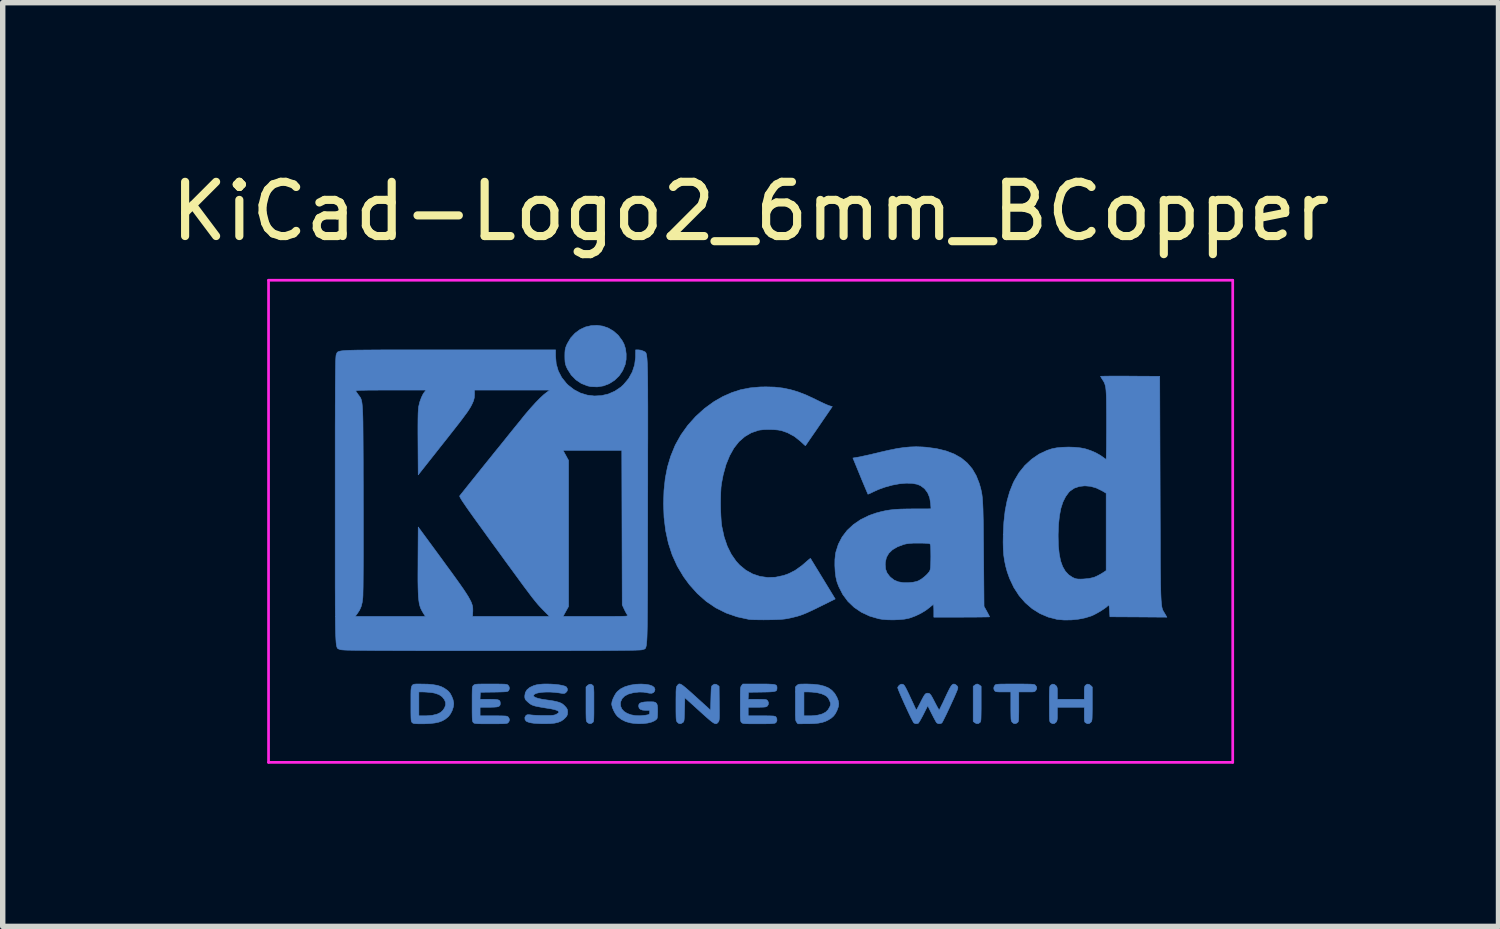
<source format=kicad_pcb>
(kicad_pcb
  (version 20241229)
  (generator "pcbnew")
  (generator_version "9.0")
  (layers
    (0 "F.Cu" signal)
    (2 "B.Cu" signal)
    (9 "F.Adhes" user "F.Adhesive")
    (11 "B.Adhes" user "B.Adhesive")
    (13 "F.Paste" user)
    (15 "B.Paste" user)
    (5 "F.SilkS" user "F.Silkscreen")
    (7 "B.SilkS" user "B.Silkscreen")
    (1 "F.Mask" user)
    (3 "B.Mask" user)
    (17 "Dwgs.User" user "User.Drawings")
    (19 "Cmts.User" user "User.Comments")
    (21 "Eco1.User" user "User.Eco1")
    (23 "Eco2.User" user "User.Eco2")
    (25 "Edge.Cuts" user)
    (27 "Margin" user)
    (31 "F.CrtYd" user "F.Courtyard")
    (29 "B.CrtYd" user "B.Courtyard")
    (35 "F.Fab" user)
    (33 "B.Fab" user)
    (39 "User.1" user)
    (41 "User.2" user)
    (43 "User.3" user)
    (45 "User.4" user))
  (footprint "KiCad-Logo2_6mm_BCopper"
    (layer "F.Cu")
    (at 10.792 5.928)
    (property "Reference" "KiCad-Logo2_6mm_BCopper" (at 0 -5.08 0) (layer "F.SilkS") (effects (font (size 1 1) (thickness 0.15))))
    (attr exclude_from_pos_files exclude_from_bom)
    (fp_poly (pts (xy 4.2 3.642) (xy 4.224 3.657) (xy 4.251 3.678) (xy 4.251 4) (xy 4.251 4.094) (xy 4.25 4.168) (xy 4.249 4.225) (xy 4.248 4.267) (xy 4.246 4.297) (xy 4.243 4.317) (xy 4.239 4.331) (xy 4.233 4.341) (xy 4.229 4.345) (xy 4.198 4.366) (xy 4.162 4.365) (xy 4.131 4.347) (xy 4.104 4.326) (xy 4.104 3.678) (xy 4.131 3.657) (xy 4.156 3.641) (xy 4.177 3.635) (xy 4.2 3.642)) (stroke (width 0.01) (type solid)) (fill yes) (layer "B.Cu"))
    (fp_poly (pts (xy -2.912 3.658) (xy -2.906 3.665) (xy -2.9 3.675) (xy -2.896 3.69) (xy -2.894 3.712) (xy -2.892 3.744) (xy -2.89 3.789) (xy -2.89 3.849) (xy -2.89 3.926) (xy -2.89 4.002) (xy -2.89 4.096) (xy -2.89 4.17) (xy -2.891 4.226) (xy -2.892 4.268) (xy -2.894 4.298) (xy -2.897 4.318) (xy -2.901 4.332) (xy -2.907 4.341) (xy -2.912 4.346) (xy -2.945 4.366) (xy -2.98 4.364) (xy -3.012 4.343) (xy -3.019 4.335) (xy -3.025 4.325) (xy -3.029 4.311) (xy -3.032 4.291) (xy -3.034 4.261) (xy -3.035 4.219) (xy -3.036 4.162) (xy -3.036 4.088) (xy -3.036 4.004) (xy -3.036 3.691) (xy -3.009 3.663) (xy -2.974 3.64) (xy -2.941 3.639) (xy -2.912 3.658)) (stroke (width 0.01) (type solid)) (fill yes) (layer "B.Cu"))
    (fp_poly (pts (xy -2.726 -2.964) (xy -2.623 -2.928) (xy -2.527 -2.871) (xy -2.441 -2.795) (xy -2.369 -2.697) (xy -2.336 -2.636) (xy -2.308 -2.55) (xy -2.295 -2.451) (xy -2.296 -2.35) (xy -2.313 -2.257) (xy -2.359 -2.145) (xy -2.425 -2.047) (xy -2.509 -1.966) (xy -2.606 -1.904) (xy -2.714 -1.862) (xy -2.829 -1.844) (xy -2.948 -1.849) (xy -3.007 -1.862) (xy -3.121 -1.906) (xy -3.222 -1.974) (xy -3.309 -2.063) (xy -3.377 -2.171) (xy -3.383 -2.183) (xy -3.403 -2.227) (xy -3.415 -2.265) (xy -3.422 -2.304) (xy -3.425 -2.355) (xy -3.426 -2.41) (xy -3.425 -2.476) (xy -3.421 -2.523) (xy -3.413 -2.562) (xy -3.399 -2.6) (xy -3.382 -2.639) (xy -3.318 -2.747) (xy -3.238 -2.834) (xy -3.147 -2.901) (xy -3.047 -2.948) (xy -2.941 -2.973) (xy -2.833 -2.979) (xy -2.726 -2.964)) (stroke (width 0.01) (type solid)) (fill yes) (layer "B.Cu"))
    (fp_poly (pts (xy 4.975 3.635) (xy 5.053 3.636) (xy 5.115 3.637) (xy 5.161 3.638) (xy 5.194 3.64) (xy 5.217 3.643) (xy 5.232 3.646) (xy 5.243 3.651) (xy 5.248 3.655) (xy 5.273 3.688) (xy 5.276 3.721) (xy 5.26 3.752) (xy 5.25 3.764) (xy 5.239 3.773) (xy 5.223 3.778) (xy 5.197 3.781) (xy 5.159 3.782) (xy 5.102 3.782) (xy 5.091 3.782) (xy 4.945 3.782) (xy 4.945 4.053) (xy 4.945 4.138) (xy 4.944 4.204) (xy 4.943 4.253) (xy 4.942 4.288) (xy 4.939 4.312) (xy 4.935 4.328) (xy 4.929 4.338) (xy 4.922 4.346) (xy 4.889 4.366) (xy 4.855 4.365) (xy 4.824 4.342) (xy 4.822 4.339) (xy 4.814 4.329) (xy 4.808 4.316) (xy 4.804 4.299) (xy 4.801 4.274) (xy 4.8 4.238) (xy 4.799 4.188) (xy 4.798 4.122) (xy 4.798 4.046) (xy 4.798 3.782) (xy 4.659 3.782) (xy 4.599 3.782) (xy 4.558 3.78) (xy 4.53 3.777) (xy 4.513 3.771) (xy 4.502 3.763) (xy 4.501 3.761) (xy 4.484 3.728) (xy 4.486 3.691) (xy 4.505 3.658) (xy 4.512 3.651) (xy 4.521 3.646) (xy 4.535 3.643) (xy 4.556 3.64) (xy 4.587 3.638) (xy 4.63 3.636) (xy 4.687 3.636) (xy 4.762 3.635) (xy 4.856 3.635) (xy 4.876 3.635) (xy 4.975 3.635)) (stroke (width 0.01) (type solid)) (fill yes) (layer "B.Cu"))
    (fp_poly (pts (xy 6.241 3.641) (xy 6.272 3.663) (xy 6.3 3.691) (xy 6.3 4) (xy 6.3 4.092) (xy 6.299 4.164) (xy 6.298 4.219) (xy 6.297 4.26) (xy 6.295 4.289) (xy 6.291 4.309) (xy 6.287 4.323) (xy 6.281 4.333) (xy 6.276 4.339) (xy 6.245 4.364) (xy 6.21 4.367) (xy 6.178 4.351) (xy 6.167 4.343) (xy 6.16 4.331) (xy 6.156 4.312) (xy 6.154 4.281) (xy 6.153 4.235) (xy 6.153 4.199) (xy 6.153 4.064) (xy 5.656 4.064) (xy 5.656 4.187) (xy 5.656 4.243) (xy 5.654 4.282) (xy 5.649 4.308) (xy 5.642 4.326) (xy 5.633 4.339) (xy 5.602 4.364) (xy 5.567 4.367) (xy 5.533 4.349) (xy 5.524 4.34) (xy 5.518 4.328) (xy 5.514 4.309) (xy 5.511 4.28) (xy 5.51 4.236) (xy 5.509 4.174) (xy 5.509 4.16) (xy 5.509 4.044) (xy 5.508 3.948) (xy 5.508 3.87) (xy 5.509 3.809) (xy 5.51 3.762) (xy 5.512 3.727) (xy 5.514 3.701) (xy 5.517 3.684) (xy 5.521 3.672) (xy 5.526 3.664) (xy 5.532 3.658) (xy 5.564 3.638) (xy 5.597 3.641) (xy 5.628 3.663) (xy 5.641 3.677) (xy 5.649 3.693) (xy 5.654 3.716) (xy 5.656 3.75) (xy 5.656 3.802) (xy 5.656 3.917) (xy 6.153 3.917) (xy 6.153 3.799) (xy 6.153 3.744) (xy 6.155 3.707) (xy 6.16 3.683) (xy 6.167 3.668) (xy 6.175 3.658) (xy 6.207 3.638) (xy 6.241 3.641)) (stroke (width 0.01) (type solid)) (fill yes) (layer "B.Cu"))
    (fp_poly (pts (xy 1.03 3.635) (xy 1.159 3.64) (xy 1.269 3.653) (xy 1.361 3.676) (xy 1.438 3.709) (xy 1.5 3.754) (xy 1.551 3.81) (xy 1.591 3.88) (xy 1.592 3.882) (xy 1.616 3.944) (xy 1.625 3.999) (xy 1.618 4.054) (xy 1.595 4.117) (xy 1.591 4.127) (xy 1.562 4.183) (xy 1.529 4.227) (xy 1.487 4.264) (xy 1.429 4.3) (xy 1.426 4.302) (xy 1.375 4.326) (xy 1.318 4.344) (xy 1.251 4.357) (xy 1.17 4.365) (xy 1.072 4.368) (xy 1.037 4.368) (xy 0.871 4.369) (xy 0.848 4.339) (xy 0.841 4.33) (xy 0.836 4.318) (xy 0.831 4.302) (xy 0.829 4.279) (xy 0.827 4.247) (xy 0.826 4.222) (xy 0.983 4.222) (xy 1.076 4.222) (xy 1.131 4.221) (xy 1.188 4.216) (xy 1.234 4.21) (xy 1.237 4.21) (xy 1.319 4.188) (xy 1.383 4.155) (xy 1.43 4.109) (xy 1.463 4.049) (xy 1.469 4.033) (xy 1.474 4.009) (xy 1.472 3.984) (xy 1.46 3.952) (xy 1.453 3.936) (xy 1.43 3.893) (xy 1.402 3.863) (xy 1.371 3.843) (xy 1.309 3.816) (xy 1.229 3.796) (xy 1.137 3.785) (xy 1.07 3.782) (xy 0.983 3.782) (xy 0.983 4.222) (xy 0.826 4.222) (xy 0.825 4.201) (xy 0.825 4.141) (xy 0.825 4.062) (xy 0.825 4) (xy 0.825 3.691) (xy 0.852 3.663) (xy 0.865 3.652) (xy 0.878 3.644) (xy 0.896 3.639) (xy 0.924 3.637) (xy 0.966 3.636) (xy 1.026 3.635) (xy 1.03 3.635)) (stroke (width 0.01) (type solid)) (fill yes) (layer "B.Cu"))
    (fp_poly (pts (xy -6.11 3.635) (xy -6.07 3.636) (xy -5.954 3.638) (xy -5.858 3.647) (xy -5.776 3.661) (xy -5.707 3.683) (xy -5.647 3.714) (xy -5.592 3.753) (xy -5.572 3.77) (xy -5.54 3.81) (xy -5.511 3.864) (xy -5.488 3.924) (xy -5.476 3.981) (xy -5.475 4.002) (xy -5.483 4.061) (xy -5.504 4.125) (xy -5.535 4.186) (xy -5.572 4.235) (xy -5.578 4.24) (xy -5.629 4.282) (xy -5.684 4.314) (xy -5.748 4.338) (xy -5.823 4.354) (xy -5.912 4.364) (xy -6.019 4.369) (xy -6.068 4.369) (xy -6.13 4.369) (xy -6.174 4.367) (xy -6.203 4.365) (xy -6.222 4.36) (xy -6.235 4.353) (xy -6.242 4.346) (xy -6.249 4.339) (xy -6.254 4.329) (xy -6.258 4.315) (xy -6.261 4.293) (xy -6.263 4.26) (xy -6.264 4.216) (xy -6.265 4.156) (xy -6.265 4.078) (xy -6.265 4.002) (xy -6.265 3.901) (xy -6.265 3.821) (xy -6.264 3.782) (xy -6.118 3.782) (xy -6.118 4.222) (xy -6.025 4.222) (xy -5.969 4.221) (xy -5.91 4.216) (xy -5.861 4.211) (xy -5.86 4.21) (xy -5.781 4.191) (xy -5.719 4.161) (xy -5.673 4.119) (xy -5.643 4.073) (xy -5.625 4.022) (xy -5.626 3.974) (xy -5.647 3.923) (xy -5.689 3.87) (xy -5.746 3.831) (xy -5.821 3.805) (xy -5.871 3.795) (xy -5.928 3.789) (xy -5.988 3.784) (xy -6.039 3.782) (xy -6.042 3.782) (xy -6.118 3.782) (xy -6.264 3.782) (xy -6.264 3.758) (xy -6.259 3.711) (xy -6.251 3.678) (xy -6.238 3.656) (xy -6.218 3.643) (xy -6.191 3.637) (xy -6.155 3.635) (xy -6.11 3.635)) (stroke (width 0.01) (type solid)) (fill yes) (layer "B.Cu"))
    (fp_poly (pts (xy -1.288 3.64) (xy -1.265 3.653) (xy -1.234 3.676) (xy -1.194 3.709) (xy -1.144 3.752) (xy -1.082 3.807) (xy -1.006 3.876) (xy -0.92 3.954) (xy -0.739 4.118) (xy -0.733 3.898) (xy -0.731 3.823) (xy -0.729 3.766) (xy -0.727 3.726) (xy -0.724 3.698) (xy -0.72 3.681) (xy -0.714 3.669) (xy -0.705 3.66) (xy -0.701 3.657) (xy -0.667 3.638) (xy -0.634 3.641) (xy -0.608 3.657) (xy -0.581 3.678) (xy -0.578 3.993) (xy -0.577 4.086) (xy -0.576 4.159) (xy -0.576 4.214) (xy -0.577 4.256) (xy -0.579 4.285) (xy -0.582 4.305) (xy -0.586 4.32) (xy -0.592 4.33) (xy -0.598 4.339) (xy -0.612 4.354) (xy -0.625 4.365) (xy -0.64 4.369) (xy -0.659 4.365) (xy -0.684 4.353) (xy -0.716 4.331) (xy -0.757 4.298) (xy -0.809 4.253) (xy -0.874 4.195) (xy -0.948 4.128) (xy -1.213 3.888) (xy -1.219 4.107) (xy -1.221 4.182) (xy -1.223 4.239) (xy -1.225 4.279) (xy -1.228 4.306) (xy -1.233 4.324) (xy -1.239 4.335) (xy -1.247 4.344) (xy -1.251 4.347) (xy -1.288 4.367) (xy -1.323 4.364) (xy -1.353 4.339) (xy -1.36 4.329) (xy -1.366 4.318) (xy -1.37 4.302) (xy -1.373 4.279) (xy -1.375 4.246) (xy -1.376 4.201) (xy -1.377 4.14) (xy -1.377 4.061) (xy -1.377 4.002) (xy -1.377 3.911) (xy -1.376 3.839) (xy -1.376 3.784) (xy -1.374 3.744) (xy -1.372 3.715) (xy -1.368 3.695) (xy -1.364 3.681) (xy -1.358 3.671) (xy -1.353 3.665) (xy -1.342 3.651) (xy -1.332 3.64) (xy -1.32 3.634) (xy -1.306 3.634) (xy -1.288 3.64)) (stroke (width 0.01) (type solid)) (fill yes) (layer "B.Cu"))
    (fp_poly (pts (xy -1.938 3.641) (xy -1.87 3.652) (xy -1.817 3.67) (xy -1.783 3.694) (xy -1.774 3.707) (xy -1.764 3.738) (xy -1.771 3.767) (xy -1.791 3.793) (xy -1.822 3.806) (xy -1.867 3.805) (xy -1.903 3.798) (xy -1.981 3.785) (xy -2.061 3.784) (xy -2.15 3.794) (xy -2.175 3.799) (xy -2.258 3.822) (xy -2.323 3.857) (xy -2.369 3.903) (xy -2.395 3.959) (xy -2.401 3.988) (xy -2.397 4.046) (xy -2.374 4.098) (xy -2.333 4.142) (xy -2.277 4.177) (xy -2.207 4.203) (xy -2.126 4.218) (xy -2.036 4.221) (xy -1.939 4.211) (xy -1.934 4.21) (xy -1.895 4.203) (xy -1.874 4.196) (xy -1.865 4.185) (xy -1.862 4.168) (xy -1.862 4.159) (xy -1.862 4.121) (xy -1.931 4.121) (xy -1.991 4.117) (xy -2.032 4.103) (xy -2.056 4.08) (xy -2.065 4.045) (xy -2.065 4.041) (xy -2.06 4.011) (xy -2.043 3.99) (xy -2.01 3.976) (xy -1.96 3.967) (xy -1.911 3.964) (xy -1.841 3.963) (xy -1.789 3.965) (xy -1.755 3.975) (xy -1.733 3.995) (xy -1.721 4.027) (xy -1.716 4.074) (xy -1.715 4.136) (xy -1.717 4.206) (xy -1.721 4.253) (xy -1.728 4.278) (xy -1.73 4.28) (xy -1.769 4.312) (xy -1.826 4.337) (xy -1.897 4.355) (xy -1.98 4.365) (xy -2.069 4.367) (xy -2.163 4.36) (xy -2.218 4.352) (xy -2.304 4.328) (xy -2.384 4.288) (xy -2.451 4.236) (xy -2.461 4.226) (xy -2.495 4.182) (xy -2.524 4.128) (xy -2.548 4.072) (xy -2.561 4.02) (xy -2.562 4.001) (xy -2.556 3.96) (xy -2.538 3.908) (xy -2.513 3.855) (xy -2.483 3.805) (xy -2.457 3.773) (xy -2.396 3.724) (xy -2.317 3.685) (xy -2.223 3.657) (xy -2.117 3.64) (xy -2.02 3.636) (xy -1.938 3.641)) (stroke (width 0.01) (type solid)) (fill yes) (layer "B.Cu"))
    (fp_poly (pts (xy 0.242 3.635) (xy 0.318 3.636) (xy 0.377 3.639) (xy 0.42 3.642) (xy 0.45 3.648) (xy 0.469 3.657) (xy 0.48 3.669) (xy 0.485 3.685) (xy 0.486 3.705) (xy 0.486 3.708) (xy 0.485 3.73) (xy 0.48 3.748) (xy 0.469 3.761) (xy 0.449 3.77) (xy 0.418 3.776) (xy 0.372 3.78) (xy 0.31 3.783) (xy 0.228 3.784) (xy 0.203 3.785) (xy -0.039 3.788) (xy -0.042 3.853) (xy -0.046 3.917) (xy 0.122 3.917) (xy 0.188 3.918) (xy 0.235 3.919) (xy 0.267 3.921) (xy 0.287 3.925) (xy 0.301 3.931) (xy 0.31 3.94) (xy 0.311 3.94) (xy 0.328 3.973) (xy 0.327 4.01) (xy 0.309 4.041) (xy 0.305 4.044) (xy 0.292 4.052) (xy 0.275 4.058) (xy 0.248 4.061) (xy 0.209 4.063) (xy 0.153 4.064) (xy 0.118 4.064) (xy -0.045 4.064) (xy -0.045 4.222) (xy 0.202 4.222) (xy 0.283 4.222) (xy 0.345 4.223) (xy 0.39 4.224) (xy 0.422 4.226) (xy 0.443 4.23) (xy 0.456 4.234) (xy 0.465 4.241) (xy 0.467 4.243) (xy 0.483 4.274) (xy 0.485 4.31) (xy 0.471 4.341) (xy 0.461 4.351) (xy 0.45 4.357) (xy 0.433 4.361) (xy 0.407 4.364) (xy 0.37 4.367) (xy 0.319 4.368) (xy 0.252 4.369) (xy 0.165 4.369) (xy 0.145 4.369) (xy 0.057 4.369) (xy -0.012 4.369) (xy -0.064 4.368) (xy -0.101 4.366) (xy -0.127 4.364) (xy -0.144 4.36) (xy -0.156 4.355) (xy -0.164 4.349) (xy -0.168 4.344) (xy -0.175 4.336) (xy -0.181 4.326) (xy -0.185 4.311) (xy -0.187 4.289) (xy -0.189 4.257) (xy -0.191 4.212) (xy -0.191 4.151) (xy -0.191 4.073) (xy -0.191 4.007) (xy -0.191 3.915) (xy -0.191 3.842) (xy -0.19 3.787) (xy -0.189 3.746) (xy -0.187 3.717) (xy -0.183 3.696) (xy -0.179 3.682) (xy -0.173 3.672) (xy -0.168 3.665) (xy -0.145 3.635) (xy 0.145 3.635) (xy 0.242 3.635)) (stroke (width 0.01) (type solid)) (fill yes) (layer "B.Cu"))
    (fp_poly (pts (xy -4.701 3.635) (xy -4.632 3.636) (xy -4.579 3.637) (xy -4.541 3.638) (xy -4.514 3.641) (xy -4.496 3.644) (xy -4.484 3.649) (xy -4.475 3.655) (xy -4.472 3.658) (xy -4.452 3.689) (xy -4.449 3.725) (xy -4.462 3.757) (xy -4.468 3.763) (xy -4.478 3.769) (xy -4.493 3.774) (xy -4.518 3.778) (xy -4.554 3.78) (xy -4.605 3.782) (xy -4.673 3.784) (xy -4.736 3.785) (xy -4.984 3.788) (xy -4.987 3.853) (xy -4.99 3.917) (xy -4.822 3.917) (xy -4.749 3.918) (xy -4.696 3.921) (xy -4.659 3.927) (xy -4.636 3.936) (xy -4.623 3.952) (xy -4.618 3.974) (xy -4.617 3.994) (xy -4.619 4.019) (xy -4.629 4.037) (xy -4.648 4.05) (xy -4.679 4.058) (xy -4.727 4.062) (xy -4.792 4.064) (xy -4.828 4.064) (xy -4.989 4.064) (xy -4.989 4.222) (xy -4.741 4.222) (xy -4.66 4.222) (xy -4.598 4.223) (xy -4.552 4.224) (xy -4.52 4.226) (xy -4.499 4.229) (xy -4.485 4.234) (xy -4.475 4.24) (xy -4.47 4.245) (xy -4.453 4.272) (xy -4.447 4.296) (xy -4.455 4.325) (xy -4.47 4.346) (xy -4.478 4.353) (xy -4.488 4.359) (xy -4.503 4.362) (xy -4.526 4.365) (xy -4.559 4.367) (xy -4.606 4.368) (xy -4.668 4.369) (xy -4.75 4.369) (xy -4.792 4.369) (xy -4.882 4.369) (xy -4.952 4.369) (xy -5.005 4.368) (xy -5.044 4.366) (xy -5.071 4.364) (xy -5.09 4.36) (xy -5.102 4.356) (xy -5.11 4.35) (xy -5.113 4.346) (xy -5.12 4.339) (xy -5.125 4.329) (xy -5.129 4.314) (xy -5.132 4.292) (xy -5.134 4.26) (xy -5.135 4.215) (xy -5.136 4.155) (xy -5.136 4.077) (xy -5.136 4.004) (xy -5.136 3.911) (xy -5.136 3.838) (xy -5.135 3.782) (xy -5.134 3.74) (xy -5.132 3.711) (xy -5.129 3.691) (xy -5.125 3.678) (xy -5.119 3.669) (xy -5.112 3.661) (xy -5.11 3.66) (xy -5.101 3.652) (xy -5.091 3.647) (xy -5.077 3.642) (xy -5.056 3.639) (xy -5.025 3.637) (xy -4.981 3.636) (xy -4.922 3.635) (xy -4.845 3.635) (xy -4.79 3.635) (xy -4.701 3.635)) (stroke (width 0.01) (type solid)) (fill yes) (layer "B.Cu"))
    (fp_poly (pts (xy 3.756 3.637) (xy 3.776 3.644) (xy 3.777 3.645) (xy 3.803 3.665) (xy 3.818 3.686) (xy 3.821 3.696) (xy 3.821 3.709) (xy 3.817 3.727) (xy 3.808 3.753) (xy 3.793 3.79) (xy 3.772 3.839) (xy 3.744 3.903) (xy 3.707 3.983) (xy 3.687 4.027) (xy 3.65 4.106) (xy 3.616 4.179) (xy 3.585 4.242) (xy 3.559 4.294) (xy 3.54 4.331) (xy 3.527 4.352) (xy 3.525 4.355) (xy 3.494 4.367) (xy 3.459 4.366) (xy 3.431 4.351) (xy 3.43 4.349) (xy 3.418 4.332) (xy 3.4 4.299) (xy 3.376 4.255) (xy 3.349 4.202) (xy 3.339 4.183) (xy 3.266 4.036) (xy 3.186 4.196) (xy 3.157 4.251) (xy 3.131 4.298) (xy 3.109 4.335) (xy 3.093 4.357) (xy 3.088 4.362) (xy 3.046 4.368) (xy 3.012 4.355) (xy 3.001 4.341) (xy 2.984 4.309) (xy 2.96 4.263) (xy 2.932 4.205) (xy 2.901 4.14) (xy 2.869 4.07) (xy 2.835 3.997) (xy 2.804 3.927) (xy 2.774 3.86) (xy 2.749 3.801) (xy 2.729 3.753) (xy 2.716 3.718) (xy 2.712 3.7) (xy 2.712 3.7) (xy 2.723 3.678) (xy 2.745 3.655) (xy 2.746 3.654) (xy 2.774 3.639) (xy 2.799 3.639) (xy 2.808 3.642) (xy 2.82 3.648) (xy 2.832 3.66) (xy 2.846 3.681) (xy 2.864 3.713) (xy 2.887 3.759) (xy 2.917 3.821) (xy 2.943 3.878) (xy 2.974 3.944) (xy 3.002 4.004) (xy 3.025 4.054) (xy 3.042 4.091) (xy 3.051 4.112) (xy 3.052 4.115) (xy 3.058 4.11) (xy 3.073 4.087) (xy 3.093 4.051) (xy 3.117 4.004) (xy 3.127 3.985) (xy 3.16 3.92) (xy 3.185 3.873) (xy 3.205 3.84) (xy 3.222 3.82) (xy 3.237 3.809) (xy 3.253 3.805) (xy 3.264 3.805) (xy 3.282 3.806) (xy 3.299 3.813) (xy 3.315 3.828) (xy 3.333 3.853) (xy 3.355 3.892) (xy 3.384 3.948) (xy 3.4 3.979) (xy 3.426 4.029) (xy 3.449 4.071) (xy 3.466 4.1) (xy 3.476 4.114) (xy 3.478 4.115) (xy 3.484 4.104) (xy 3.498 4.075) (xy 3.519 4.032) (xy 3.546 3.978) (xy 3.575 3.915) (xy 3.59 3.883) (xy 3.628 3.802) (xy 3.659 3.74) (xy 3.683 3.694) (xy 3.704 3.663) (xy 3.722 3.645) (xy 3.739 3.637) (xy 3.756 3.637)) (stroke (width 0.01) (type solid)) (fill yes) (layer "B.Cu"))
    (fp_poly (pts (xy -3.68 3.637) (xy -3.605 3.642) (xy -3.536 3.65) (xy -3.475 3.661) (xy -3.428 3.674) (xy -3.399 3.689) (xy -3.394 3.693) (xy -3.378 3.728) (xy -3.383 3.764) (xy -3.408 3.794) (xy -3.409 3.795) (xy -3.423 3.804) (xy -3.438 3.809) (xy -3.459 3.81) (xy -3.492 3.806) (xy -3.54 3.798) (xy -3.544 3.798) (xy -3.617 3.789) (xy -3.696 3.784) (xy -3.774 3.784) (xy -3.848 3.788) (xy -3.91 3.797) (xy -3.957 3.809) (xy -3.96 3.81) (xy -3.993 3.829) (xy -4.005 3.848) (xy -3.996 3.867) (xy -3.966 3.885) (xy -3.917 3.901) (xy -3.849 3.916) (xy -3.804 3.923) (xy -3.71 3.936) (xy -3.635 3.948) (xy -3.576 3.961) (xy -3.53 3.974) (xy -3.494 3.989) (xy -3.464 4.007) (xy -3.438 4.03) (xy -3.417 4.052) (xy -3.391 4.083) (xy -3.379 4.11) (xy -3.375 4.142) (xy -3.375 4.154) (xy -3.378 4.194) (xy -3.389 4.223) (xy -3.41 4.25) (xy -3.451 4.29) (xy -3.496 4.32) (xy -3.55 4.342) (xy -3.615 4.357) (xy -3.695 4.365) (xy -3.793 4.367) (xy -3.81 4.367) (xy -3.875 4.366) (xy -3.94 4.363) (xy -3.998 4.359) (xy -4.04 4.353) (xy -4.044 4.353) (xy -4.086 4.343) (xy -4.122 4.33) (xy -4.142 4.318) (xy -4.161 4.288) (xy -4.163 4.252) (xy -4.146 4.22) (xy -4.143 4.217) (xy -4.128 4.206) (xy -4.109 4.201) (xy -4.079 4.202) (xy -4.044 4.206) (xy -4.004 4.21) (xy -3.949 4.213) (xy -3.884 4.215) (xy -3.816 4.216) (xy -3.798 4.216) (xy -3.73 4.216) (xy -3.681 4.215) (xy -3.645 4.212) (xy -3.619 4.207) (xy -3.597 4.2) (xy -3.584 4.194) (xy -3.556 4.177) (xy -3.538 4.162) (xy -3.536 4.158) (xy -3.541 4.14) (xy -3.568 4.123) (xy -3.613 4.108) (xy -3.675 4.094) (xy -3.693 4.091) (xy -3.789 4.076) (xy -3.866 4.063) (xy -3.926 4.052) (xy -3.973 4.042) (xy -4.009 4.031) (xy -4.038 4.019) (xy -4.062 4.005) (xy -4.084 3.988) (xy -4.108 3.968) (xy -4.116 3.96) (xy -4.144 3.933) (xy -4.158 3.911) (xy -4.164 3.886) (xy -4.165 3.855) (xy -4.155 3.794) (xy -4.124 3.742) (xy -4.073 3.699) (xy -4.002 3.666) (xy -3.951 3.651) (xy -3.895 3.642) (xy -3.829 3.636) (xy -3.756 3.635) (xy -3.68 3.637)) (stroke (width 0.01) (type solid)) (fill yes) (layer "B.Cu"))
    (fp_poly (pts (xy 0.44 -1.84) (xy 0.588 -1.823) (xy 0.731 -1.794) (xy 0.876 -1.751) (xy 1.028 -1.692) (xy 1.192 -1.615) (xy 1.222 -1.6) (xy 1.29 -1.567) (xy 1.354 -1.537) (xy 1.408 -1.513) (xy 1.446 -1.498) (xy 1.451 -1.496) (xy 1.506 -1.48) (xy 1.26 -1.121) (xy 1.2 -1.033) (xy 1.144 -0.953) (xy 1.096 -0.883) (xy 1.057 -0.826) (xy 1.029 -0.785) (xy 1.013 -0.763) (xy 1.011 -0.759) (xy 1 -0.767) (xy 0.975 -0.789) (xy 0.939 -0.823) (xy 0.919 -0.841) (xy 0.806 -0.931) (xy 0.679 -0.999) (xy 0.57 -1.037) (xy 0.504 -1.049) (xy 0.422 -1.056) (xy 0.333 -1.058) (xy 0.247 -1.056) (xy 0.173 -1.048) (xy 0.144 -1.043) (xy 0.011 -0.997) (xy -0.108 -0.927) (xy -0.215 -0.834) (xy -0.308 -0.716) (xy -0.387 -0.575) (xy -0.454 -0.411) (xy -0.506 -0.223) (xy -0.537 -0.062) (xy -0.546 0.009) (xy -0.551 0.101) (xy -0.554 0.207) (xy -0.555 0.32) (xy -0.553 0.435) (xy -0.548 0.544) (xy -0.542 0.64) (xy -0.533 0.718) (xy -0.531 0.73) (xy -0.489 0.923) (xy -0.431 1.094) (xy -0.357 1.243) (xy -0.267 1.372) (xy -0.203 1.442) (xy -0.089 1.536) (xy 0.037 1.606) (xy 0.172 1.651) (xy 0.313 1.671) (xy 0.459 1.666) (xy 0.608 1.634) (xy 0.696 1.603) (xy 0.818 1.542) (xy 0.943 1.453) (xy 1.013 1.393) (xy 1.053 1.358) (xy 1.084 1.332) (xy 1.101 1.32) (xy 1.104 1.32) (xy 1.112 1.332) (xy 1.132 1.366) (xy 1.163 1.416) (xy 1.203 1.482) (xy 1.251 1.56) (xy 1.304 1.647) (xy 1.334 1.696) (xy 1.56 2.067) (xy 1.278 2.207) (xy 1.176 2.257) (xy 1.093 2.296) (xy 1.025 2.327) (xy 0.966 2.351) (xy 0.911 2.371) (xy 0.855 2.388) (xy 0.794 2.403) (xy 0.735 2.417) (xy 0.682 2.428) (xy 0.627 2.437) (xy 0.565 2.443) (xy 0.488 2.447) (xy 0.394 2.45) (xy 0.33 2.451) (xy 0.238 2.452) (xy 0.151 2.451) (xy 0.073 2.45) (xy 0.01 2.447) (xy -0.032 2.444) (xy -0.034 2.443) (xy -0.25 2.396) (xy -0.452 2.326) (xy -0.642 2.231) (xy -0.818 2.112) (xy -0.98 1.969) (xy -1.129 1.803) (xy -1.238 1.654) (xy -1.353 1.461) (xy -1.446 1.256) (xy -1.517 1.038) (xy -1.567 0.807) (xy -1.597 0.56) (xy -1.606 0.309) (xy -1.598 0.066) (xy -1.574 -0.158) (xy -1.533 -0.368) (xy -1.474 -0.565) (xy -1.396 -0.756) (xy -1.387 -0.776) (xy -1.284 -0.96) (xy -1.159 -1.135) (xy -1.013 -1.298) (xy -0.851 -1.445) (xy -0.676 -1.572) (xy -0.514 -1.665) (xy -0.349 -1.738) (xy -0.185 -1.791) (xy -0.013 -1.825) (xy 0.171 -1.842) (xy 0.281 -1.844) (xy 0.44 -1.84)) (stroke (width 0.01) (type solid)) (fill yes) (layer "B.Cu"))
    (fp_poly (pts (xy 6.842 -2.043) (xy 6.959 -2.043) (xy 6.999 -2.042) (xy 7.544 -2.039) (xy 7.551 0.055) (xy 7.552 0.339) (xy 7.553 0.597) (xy 7.554 0.83) (xy 7.555 1.039) (xy 7.555 1.227) (xy 7.556 1.393) (xy 7.557 1.54) (xy 7.559 1.669) (xy 7.56 1.782) (xy 7.562 1.879) (xy 7.564 1.961) (xy 7.567 2.031) (xy 7.57 2.09) (xy 7.574 2.138) (xy 7.578 2.177) (xy 7.582 2.209) (xy 7.588 2.235) (xy 7.594 2.257) (xy 7.601 2.274) (xy 7.609 2.29) (xy 7.618 2.305) (xy 7.627 2.32) (xy 7.638 2.337) (xy 7.64 2.341) (xy 7.676 2.403) (xy 7.15 2.399) (xy 6.625 2.396) (xy 6.618 2.28) (xy 6.614 2.225) (xy 6.61 2.193) (xy 6.605 2.18) (xy 6.597 2.183) (xy 6.59 2.19) (xy 6.561 2.217) (xy 6.514 2.251) (xy 6.456 2.289) (xy 6.392 2.326) (xy 6.33 2.359) (xy 6.283 2.38) (xy 6.171 2.415) (xy 6.044 2.44) (xy 5.909 2.454) (xy 5.777 2.455) (xy 5.656 2.444) (xy 5.654 2.444) (xy 5.49 2.402) (xy 5.335 2.336) (xy 5.193 2.247) (xy 5.065 2.137) (xy 4.951 2.006) (xy 4.854 1.856) (xy 4.775 1.689) (xy 4.731 1.565) (xy 4.703 1.462) (xy 4.682 1.361) (xy 4.667 1.258) (xy 4.659 1.146) (xy 4.656 1.019) (xy 4.658 0.915) (xy 5.671 0.915) (xy 5.675 1.089) (xy 5.691 1.239) (xy 5.716 1.366) (xy 5.754 1.471) (xy 5.803 1.555) (xy 5.864 1.621) (xy 5.934 1.668) (xy 5.971 1.685) (xy 6.003 1.695) (xy 6.038 1.7) (xy 6.086 1.701) (xy 6.137 1.699) (xy 6.238 1.69) (xy 6.318 1.672) (xy 6.343 1.664) (xy 6.4 1.638) (xy 6.461 1.605) (xy 6.487 1.589) (xy 6.556 1.544) (xy 6.556 0.117) (xy 6.48 0.072) (xy 6.375 0.021) (xy 6.268 -0.01) (xy 6.162 -0.019) (xy 6.061 -0.008) (xy 5.97 0.023) (xy 5.893 0.075) (xy 5.868 0.099) (xy 5.808 0.181) (xy 5.759 0.279) (xy 5.721 0.396) (xy 5.695 0.533) (xy 5.678 0.692) (xy 5.671 0.876) (xy 5.671 0.915) (xy 4.658 0.915) (xy 4.658 0.872) (xy 4.67 0.646) (xy 4.693 0.442) (xy 4.729 0.258) (xy 4.777 0.089) (xy 4.839 -0.066) (xy 4.861 -0.112) (xy 4.95 -0.262) (xy 5.058 -0.396) (xy 5.182 -0.51) (xy 5.319 -0.604) (xy 5.468 -0.674) (xy 5.557 -0.703) (xy 5.644 -0.72) (xy 5.749 -0.73) (xy 5.863 -0.734) (xy 5.977 -0.73) (xy 6.083 -0.719) (xy 6.167 -0.703) (xy 6.268 -0.67) (xy 6.366 -0.628) (xy 6.451 -0.58) (xy 6.497 -0.548) (xy 6.528 -0.525) (xy 6.55 -0.51) (xy 6.555 -0.508) (xy 6.557 -0.521) (xy 6.558 -0.559) (xy 6.559 -0.619) (xy 6.561 -0.699) (xy 6.562 -0.795) (xy 6.562 -0.906) (xy 6.563 -1.027) (xy 6.563 -1.151) (xy 6.563 -1.31) (xy 6.562 -1.444) (xy 6.561 -1.555) (xy 6.56 -1.647) (xy 6.557 -1.721) (xy 6.553 -1.781) (xy 6.548 -1.829) (xy 6.54 -1.867) (xy 6.531 -1.898) (xy 6.52 -1.925) (xy 6.507 -1.949) (xy 6.49 -1.975) (xy 6.488 -1.978) (xy 6.467 -2.011) (xy 6.455 -2.034) (xy 6.453 -2.039) (xy 6.466 -2.04) (xy 6.504 -2.041) (xy 6.563 -2.042) (xy 6.642 -2.043) (xy 6.735 -2.043) (xy 6.842 -2.043)) (stroke (width 0.01) (type solid)) (fill yes) (layer "B.Cu"))
    (fp_poly (pts (xy 3.168 -0.736) (xy 3.236 -0.731) (xy 3.43 -0.705) (xy 3.603 -0.663) (xy 3.753 -0.606) (xy 3.884 -0.532) (xy 3.994 -0.441) (xy 4.086 -0.333) (xy 4.16 -0.206) (xy 4.214 -0.069) (xy 4.227 -0.025) (xy 4.239 0.016) (xy 4.249 0.057) (xy 4.258 0.099) (xy 4.266 0.145) (xy 4.272 0.196) (xy 4.277 0.257) (xy 4.281 0.327) (xy 4.285 0.411) (xy 4.287 0.509) (xy 4.29 0.624) (xy 4.292 0.759) (xy 4.293 0.915) (xy 4.295 1.095) (xy 4.296 1.236) (xy 4.304 2.204) (xy 4.356 2.297) (xy 4.38 2.342) (xy 4.398 2.377) (xy 4.407 2.395) (xy 4.407 2.396) (xy 4.394 2.398) (xy 4.356 2.399) (xy 4.297 2.4) (xy 4.22 2.401) (xy 4.127 2.402) (xy 4.021 2.402) (xy 3.906 2.403) (xy 3.892 2.403) (xy 3.378 2.403) (xy 3.378 2.286) (xy 3.377 2.233) (xy 3.374 2.193) (xy 3.371 2.171) (xy 3.369 2.169) (xy 3.356 2.178) (xy 3.328 2.2) (xy 3.291 2.231) (xy 3.29 2.231) (xy 3.224 2.281) (xy 3.14 2.331) (xy 3.048 2.376) (xy 2.957 2.411) (xy 2.918 2.423) (xy 2.838 2.439) (xy 2.741 2.448) (xy 2.635 2.453) (xy 2.528 2.451) (xy 2.43 2.443) (xy 2.362 2.432) (xy 2.194 2.383) (xy 2.042 2.312) (xy 1.909 2.222) (xy 1.794 2.112) (xy 1.699 1.984) (xy 1.625 1.839) (xy 1.592 1.751) (xy 1.572 1.665) (xy 1.559 1.562) (xy 1.553 1.451) (xy 1.553 1.435) (xy 2.482 1.435) (xy 2.489 1.517) (xy 2.515 1.586) (xy 2.562 1.649) (xy 2.581 1.668) (xy 2.645 1.718) (xy 2.72 1.75) (xy 2.81 1.766) (xy 2.904 1.767) (xy 2.994 1.759) (xy 3.062 1.744) (xy 3.092 1.733) (xy 3.145 1.703) (xy 3.202 1.66) (xy 3.254 1.612) (xy 3.293 1.566) (xy 3.303 1.549) (xy 3.311 1.526) (xy 3.317 1.488) (xy 3.32 1.433) (xy 3.322 1.357) (xy 3.323 1.284) (xy 3.322 1.199) (xy 3.321 1.138) (xy 3.319 1.096) (xy 3.315 1.07) (xy 3.309 1.055) (xy 3.301 1.048) (xy 3.299 1.046) (xy 3.276 1.043) (xy 3.233 1.04) (xy 3.173 1.038) (xy 3.104 1.037) (xy 3.089 1.037) (xy 2.997 1.038) (xy 2.925 1.043) (xy 2.869 1.051) (xy 2.822 1.062) (xy 2.706 1.106) (xy 2.615 1.16) (xy 2.548 1.225) (xy 2.504 1.302) (xy 2.484 1.391) (xy 2.482 1.435) (xy 1.553 1.435) (xy 1.554 1.342) (xy 1.564 1.245) (xy 1.571 1.205) (xy 1.617 1.059) (xy 1.687 0.924) (xy 1.78 0.802) (xy 1.895 0.695) (xy 2.03 0.603) (xy 2.183 0.528) (xy 2.313 0.482) (xy 2.401 0.459) (xy 2.484 0.44) (xy 2.569 0.426) (xy 2.661 0.416) (xy 2.765 0.41) (xy 2.888 0.407) (xy 2.998 0.406) (xy 3.326 0.405) (xy 3.319 0.307) (xy 3.302 0.2) (xy 3.264 0.108) (xy 3.207 0.033) (xy 3.134 -0.022) (xy 3.07 -0.048) (xy 2.977 -0.065) (xy 2.867 -0.068) (xy 2.745 -0.057) (xy 2.615 -0.033) (xy 2.483 0.003) (xy 2.354 0.049) (xy 2.261 0.092) (xy 2.216 0.114) (xy 2.181 0.129) (xy 2.164 0.135) (xy 2.163 0.135) (xy 2.157 0.121) (xy 2.142 0.086) (xy 2.119 0.032) (xy 2.09 -0.037) (xy 2.056 -0.118) (xy 2.022 -0.201) (xy 1.886 -0.532) (xy 1.983 -0.548) (xy 2.025 -0.556) (xy 2.088 -0.57) (xy 2.167 -0.587) (xy 2.257 -0.608) (xy 2.351 -0.63) (xy 2.389 -0.64) (xy 2.552 -0.677) (xy 2.694 -0.706) (xy 2.822 -0.725) (xy 2.939 -0.736) (xy 3.053 -0.74) (xy 3.168 -0.736)) (stroke (width 0.01) (type solid)) (fill yes) (layer "B.Cu"))
    (fp_poly (pts (xy -5.956 -2.526) (xy -5.691 -2.526) (xy -5.568 -2.526) (xy -3.597 -2.526) (xy -3.597 -2.41) (xy -3.585 -2.269) (xy -3.547 -2.138) (xy -3.485 -2.018) (xy -3.396 -1.907) (xy -3.366 -1.877) (xy -3.258 -1.793) (xy -3.14 -1.731) (xy -3.013 -1.692) (xy -2.883 -1.676) (xy -2.752 -1.683) (xy -2.625 -1.712) (xy -2.504 -1.765) (xy -2.393 -1.84) (xy -2.343 -1.886) (xy -2.25 -1.997) (xy -2.182 -2.12) (xy -2.139 -2.252) (xy -2.122 -2.392) (xy -2.122 -2.406) (xy -2.121 -2.526) (xy -2.068 -2.526) (xy -2.022 -2.52) (xy -1.979 -2.504) (xy -1.976 -2.503) (xy -1.966 -2.498) (xy -1.957 -2.494) (xy -1.949 -2.49) (xy -1.942 -2.485) (xy -1.935 -2.477) (xy -1.929 -2.467) (xy -1.924 -2.451) (xy -1.919 -2.43) (xy -1.915 -2.402) (xy -1.911 -2.366) (xy -1.908 -2.321) (xy -1.905 -2.266) (xy -1.903 -2.199) (xy -1.901 -2.12) (xy -1.899 -2.027) (xy -1.898 -1.919) (xy -1.897 -1.795) (xy -1.897 -1.654) (xy -1.896 -1.495) (xy -1.896 -1.317) (xy -1.896 -1.118) (xy -1.896 -0.897) (xy -1.897 -0.654) (xy -1.897 -0.386) (xy -1.897 -0.094) (xy -1.898 0.224) (xy -1.898 0.263) (xy -1.898 0.584) (xy -1.899 0.878) (xy -1.899 1.147) (xy -1.899 1.392) (xy -1.9 1.614) (xy -1.9 1.814) (xy -1.901 1.994) (xy -1.902 2.154) (xy -1.903 2.296) (xy -1.904 2.421) (xy -1.905 2.529) (xy -1.907 2.623) (xy -1.909 2.702) (xy -1.911 2.769) (xy -1.914 2.825) (xy -1.918 2.87) (xy -1.921 2.906) (xy -1.926 2.934) (xy -1.931 2.954) (xy -1.936 2.969) (xy -1.942 2.979) (xy -1.949 2.986) (xy -1.956 2.99) (xy -1.965 2.993) (xy -1.974 2.995) (xy -1.983 2.999) (xy -1.986 3) (xy -1.993 3.002) (xy -2.006 3.005) (xy -2.025 3.007) (xy -2.051 3.009) (xy -2.085 3.01) (xy -2.129 3.012) (xy -2.184 3.013) (xy -2.25 3.014) (xy -2.329 3.015) (xy -2.422 3.016) (xy -2.53 3.017) (xy -2.654 3.018) (xy -2.795 3.019) (xy -2.955 3.019) (xy -3.134 3.019) (xy -3.333 3.02) (xy -3.554 3.02) (xy -3.798 3.02) (xy -4.066 3.02) (xy -4.358 3.02) (xy -4.677 3.02) (xy -4.78 3.02) (xy -5.106 3.02) (xy -5.405 3.02) (xy -5.679 3.02) (xy -5.929 3.02) (xy -6.156 3.02) (xy -6.361 3.019) (xy -6.545 3.019) (xy -6.71 3.018) (xy -6.856 3.018) (xy -6.984 3.017) (xy -7.097 3.016) (xy -7.194 3.015) (xy -7.277 3.014) (xy -7.347 3.013) (xy -7.405 3.012) (xy -7.453 3.011) (xy -7.491 3.009) (xy -7.52 3.007) (xy -7.542 3.005) (xy -7.558 3.003) (xy -7.569 3.001) (xy -7.574 2.998) (xy -7.585 2.994) (xy -7.594 2.991) (xy -7.603 2.988) (xy -7.611 2.983) (xy -7.618 2.977) (xy -7.624 2.967) (xy -7.63 2.952) (xy -7.635 2.932) (xy -7.64 2.905) (xy -7.644 2.87) (xy -7.647 2.826) (xy -7.65 2.772) (xy -7.653 2.706) (xy -7.655 2.628) (xy -7.657 2.536) (xy -7.658 2.43) (xy -7.658 2.389) (xy -7.292 2.389) (xy -5.997 2.389) (xy -6.022 2.351) (xy -6.046 2.312) (xy -6.067 2.275) (xy -6.085 2.238) (xy -6.099 2.197) (xy -6.111 2.15) (xy -6.119 2.094) (xy -6.126 2.028) (xy -6.13 1.948) (xy -6.133 1.852) (xy -6.135 1.736) (xy -6.135 1.6) (xy -6.134 1.439) (xy -6.134 1.379) (xy -6.13 0.74) (xy -5.725 1.291) (xy -5.611 1.448) (xy -5.511 1.584) (xy -5.426 1.702) (xy -5.354 1.803) (xy -5.294 1.889) (xy -5.245 1.963) (xy -5.206 2.025) (xy -5.177 2.078) (xy -5.154 2.123) (xy -5.139 2.163) (xy -5.129 2.198) (xy -5.124 2.231) (xy -5.123 2.264) (xy -5.123 2.299) (xy -5.124 2.303) (xy -5.128 2.389) (xy -3.709 2.389) (xy -3.814 2.283) (xy -3.843 2.253) (xy -3.87 2.225) (xy -3.897 2.196) (xy -3.925 2.165) (xy -3.955 2.129) (xy -3.988 2.088) (xy -4.026 2.041) (xy -4.069 1.984) (xy -4.119 1.917) (xy -4.178 1.839) (xy -4.245 1.748) (xy -4.323 1.641) (xy -4.413 1.518) (xy -4.516 1.378) (xy -4.632 1.217) (xy -4.728 1.086) (xy -4.848 0.921) (xy -4.952 0.776) (xy -5.043 0.651) (xy -5.12 0.544) (xy -5.184 0.454) (xy -5.237 0.379) (xy -5.279 0.317) (xy -5.312 0.269) (xy -5.336 0.231) (xy -5.352 0.203) (xy -5.362 0.184) (xy -5.365 0.172) (xy -5.364 0.165) (xy -5.351 0.148) (xy -5.322 0.112) (xy -5.279 0.058) (xy -5.225 -0.01) (xy -5.16 -0.091) (xy -5.086 -0.183) (xy -5.006 -0.283) (xy -4.921 -0.389) (xy -4.832 -0.499) (xy -4.742 -0.611) (xy -4.692 -0.673) (xy -3.459 -0.673) (xy -3.408 -0.58) (xy -3.357 -0.487) (xy -3.357 2.204) (xy -3.408 2.296) (xy -3.459 2.389) (xy -2.853 2.389) (xy -2.709 2.389) (xy -2.589 2.389) (xy -2.493 2.388) (xy -2.417 2.388) (xy -2.359 2.386) (xy -2.317 2.385) (xy -2.289 2.382) (xy -2.273 2.379) (xy -2.266 2.375) (xy -2.265 2.37) (xy -2.269 2.365) (xy -2.27 2.365) (xy -2.287 2.34) (xy -2.31 2.299) (xy -2.33 2.258) (xy -2.368 2.176) (xy -2.376 -0.673) (xy -3.459 -0.673) (xy -4.692 -0.673) (xy -4.651 -0.723) (xy -4.563 -0.832) (xy -4.479 -0.937) (xy -4.4 -1.035) (xy -4.328 -1.124) (xy -4.264 -1.202) (xy -4.212 -1.267) (xy -4.172 -1.317) (xy -4.148 -1.346) (xy -4.056 -1.453) (xy -3.968 -1.55) (xy -3.886 -1.634) (xy -3.814 -1.701) (xy -3.763 -1.741) (xy -3.703 -1.785) (xy -5.092 -1.785) (xy -5.092 -1.703) (xy -5.096 -1.643) (xy -5.11 -1.588) (xy -5.133 -1.535) (xy -5.148 -1.505) (xy -5.163 -1.476) (xy -5.182 -1.445) (xy -5.204 -1.41) (xy -5.232 -1.369) (xy -5.267 -1.322) (xy -5.31 -1.264) (xy -5.362 -1.195) (xy -5.426 -1.113) (xy -5.503 -1.015) (xy -5.593 -0.9) (xy -5.7 -0.765) (xy -5.712 -0.75) (xy -6.13 -0.221) (xy -6.134 -0.807) (xy -6.135 -0.983) (xy -6.135 -1.131) (xy -6.134 -1.254) (xy -6.132 -1.35) (xy -6.128 -1.421) (xy -6.124 -1.467) (xy -6.123 -1.475) (xy -6.101 -1.567) (xy -6.071 -1.649) (xy -6.038 -1.716) (xy -6.018 -1.744) (xy -5.984 -1.785) (xy -6.638 -1.785) (xy -6.794 -1.785) (xy -6.924 -1.784) (xy -7.031 -1.784) (xy -7.116 -1.782) (xy -7.182 -1.781) (xy -7.229 -1.779) (xy -7.26 -1.776) (xy -7.277 -1.773) (xy -7.282 -1.769) (xy -7.282 -1.768) (xy -7.268 -1.747) (xy -7.245 -1.714) (xy -7.233 -1.697) (xy -7.22 -1.68) (xy -7.209 -1.665) (xy -7.199 -1.65) (xy -7.19 -1.635) (xy -7.183 -1.616) (xy -7.176 -1.593) (xy -7.17 -1.565) (xy -7.165 -1.53) (xy -7.161 -1.486) (xy -7.157 -1.432) (xy -7.154 -1.367) (xy -7.151 -1.288) (xy -7.149 -1.196) (xy -7.148 -1.087) (xy -7.147 -0.961) (xy -7.146 -0.816) (xy -7.145 -0.651) (xy -7.144 -0.464) (xy -7.144 -0.253) (xy -7.143 -0.018) (xy -7.143 0.198) (xy -7.142 0.439) (xy -7.142 0.668) (xy -7.142 0.885) (xy -7.142 1.089) (xy -7.142 1.276) (xy -7.143 1.447) (xy -7.144 1.6) (xy -7.145 1.732) (xy -7.146 1.844) (xy -7.148 1.932) (xy -7.149 1.996) (xy -7.151 2.035) (xy -7.151 2.039) (xy -7.163 2.132) (xy -7.182 2.207) (xy -7.211 2.273) (xy -7.253 2.337) (xy -7.258 2.344) (xy -7.292 2.389) (xy -7.658 2.389) (xy -7.659 2.307) (xy -7.66 2.168) (xy -7.66 2.011) (xy -7.661 1.834) (xy -7.661 1.636) (xy -7.661 1.418) (xy -7.661 1.176) (xy -7.661 0.911) (xy -7.661 0.62) (xy -7.661 0.304) (xy -7.661 0.241) (xy -7.661 -0.079) (xy -7.661 -0.372) (xy -7.661 -0.641) (xy -7.661 -0.885) (xy -7.661 -1.106) (xy -7.66 -1.305) (xy -7.66 -1.484) (xy -7.659 -1.643) (xy -7.659 -1.784) (xy -7.658 -1.907) (xy -7.657 -2.015) (xy -7.656 -2.107) (xy -7.655 -2.185) (xy -7.654 -2.25) (xy -7.653 -2.304) (xy -7.651 -2.347) (xy -7.649 -2.381) (xy -7.647 -2.406) (xy -7.645 -2.425) (xy -7.643 -2.437) (xy -7.64 -2.444) (xy -7.64 -2.444) (xy -7.635 -2.455) (xy -7.631 -2.466) (xy -7.626 -2.475) (xy -7.62 -2.483) (xy -7.61 -2.49) (xy -7.596 -2.496) (xy -7.576 -2.502) (xy -7.549 -2.507) (xy -7.514 -2.511) (xy -7.469 -2.515) (xy -7.413 -2.518) (xy -7.345 -2.52) (xy -7.263 -2.522) (xy -7.166 -2.523) (xy -7.052 -2.524) (xy -6.921 -2.525) (xy -6.771 -2.526) (xy -6.601 -2.526) (xy -6.409 -2.526) (xy -6.195 -2.526) (xy -5.956 -2.526)) (stroke (width 0.01) (type solid)) (fill yes) (layer "B.Cu"))
    (fp_line (start -8.89 -3.81) (end 8.89 -3.81) (stroke (width 0.05) (type solid)) (layer "F.CrtYd"))
    (fp_line (start -8.89 5.08) (end -8.89 -3.81) (stroke (width 0.05) (type solid)) (layer "F.CrtYd"))
    (fp_line (start 8.89 -3.81) (end 8.89 5.08) (stroke (width 0.05) (type solid)) (layer "F.CrtYd"))
    (fp_line (start 8.89 5.08) (end -8.89 5.08) (stroke (width 0.05) (type solid)) (layer "F.CrtYd")))
  (gr_rect
    (start -3 -3)
    (end 24.583 14.033)
    (stroke (width 0.1) (type default))
    (fill no)
    (layer "Edge.Cuts")))
</source>
